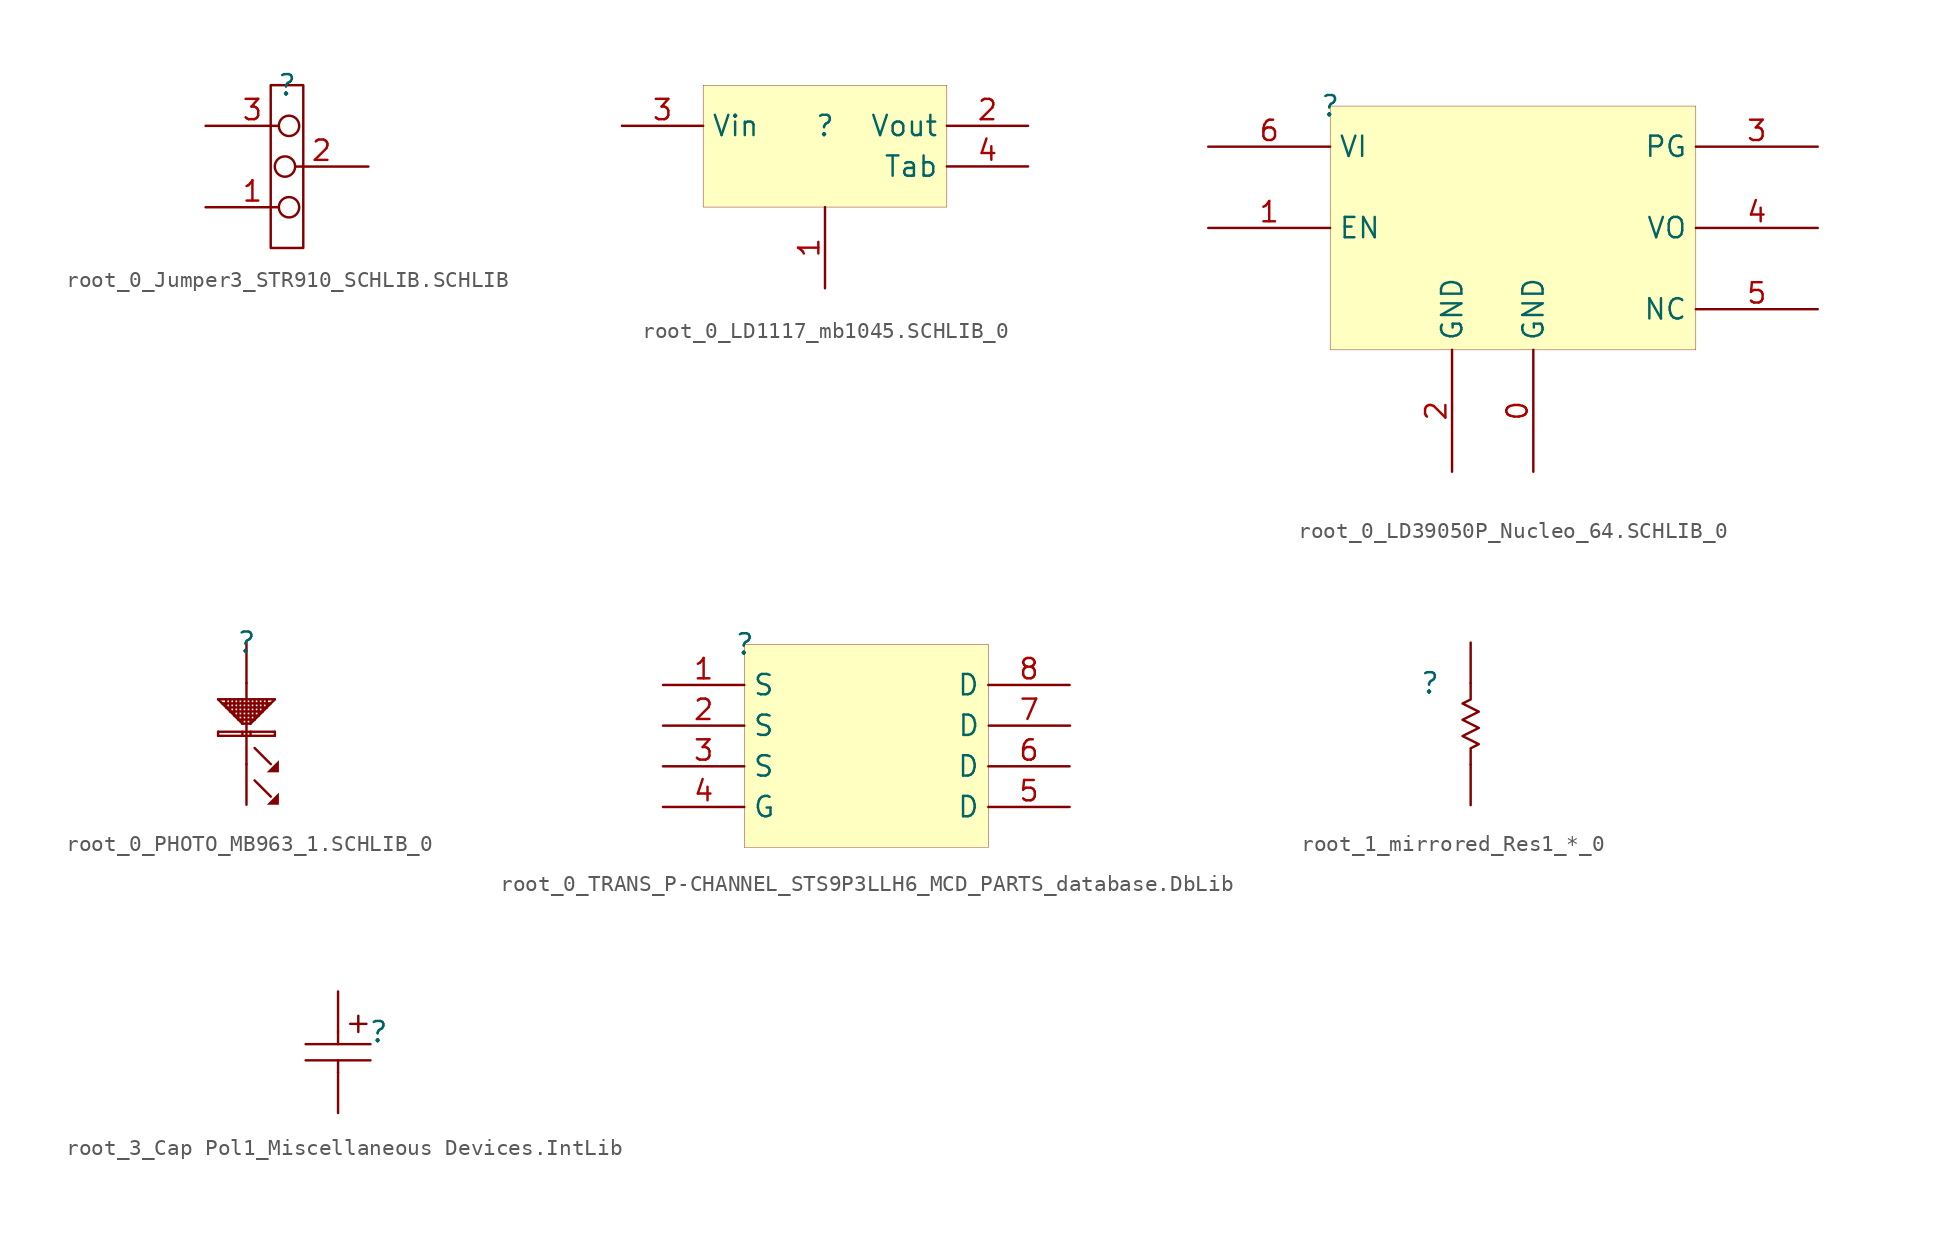
<source format=kicad_sym>
(kicad_symbol_lib
  (version 20241209)
  (generator "kicad_symbol_editor")
  (generator_version "9.0")
  (symbol "root_0_Jumper3_STR910_SCHLIB.SCHLIB"
    (pin_names
      (hide yes))
    (property "Reference" ""
      (at 0 0 0)
      (effects (font (size 1.27 1.27))))
    (property "Value" ""
      (at 0 0 0)
      (effects (font (size 1.27 1.27))))
    (symbol "root_0_Jumper3_STR910_SCHLIB.SCHLIB_1_0"
      (polyline (pts (xy 1.016 0) (xy -1.016 0) (xy -1.016 -10.16) (xy 1.016 -10.16) (xy 1.016 0)) (stroke (width 0) (type solid)) (fill (type none)))
      (pin passive inverted (at -5.08 -2.54 0) (length 5.842) (name "" (effects (font (size 1.27 1.27)))) (number "3" (effects (font (size 1.27 1.27)))))
      (pin passive inverted (at -5.08 -7.62 0) (length 5.842) (name "" (effects (font (size 1.27 1.27)))) (number "1" (effects (font (size 1.27 1.27)))))
      (pin passive inverted (at 5.08 -5.08 180) (length 5.842) (name "" (effects (font (size 1.27 1.27)))) (number "2" (effects (font (size 1.27 1.27)))))))
  (symbol "root_0_LD1117_mb1045.SCHLIB_0"
    (property "Reference" ""
      (at 0 0 0)
      (effects (font (size 1.27 1.27))))
    (property "Value" ""
      (at 0 0 0)
      (effects (font (size 1.27 1.27))))
    (symbol "root_0_LD1117_mb1045.SCHLIB_0_1_0"
      (rectangle (start 7.62 2.54) (end -7.62 -5.08) (stroke (width 0.025) (type solid) (color 128 0 0 1)) (fill (type background)))
      (pin input line (at -12.7 0 0) (length 5.08) (name "Vin" (effects (font (size 1.27 1.27)))) (number "3" (effects (font (size 1.27 1.27)))))
      (pin passive line (at 0 -10.16 90) (length 5.08) (name "" (effects (font (size 1.27 1.27)))) (number "1" (effects (font (size 1.27 1.27)))))
      (pin power_in line (at 12.7 0 180) (length 5.08) (name "Vout" (effects (font (size 1.27 1.27)))) (number "2" (effects (font (size 1.27 1.27)))))
      (pin power_in line (at 12.7 -2.54 180) (length 5.08) (name "Tab" (effects (font (size 1.27 1.27)))) (number "4" (effects (font (size 1.27 1.27)))))))
  (symbol "root_0_LD39050P_Nucleo_64.SCHLIB_0"
    (property "Reference" ""
      (at 0 0 0)
      (effects (font (size 1.27 1.27))))
    (property "Value" ""
      (at 0 0 0)
      (effects (font (size 1.27 1.27))))
    (symbol "root_0_LD39050P_Nucleo_64.SCHLIB_0_1_0"
      (rectangle (start 22.86 0) (end 0 -15.24) (stroke (width 0.025) (type solid) (color 128 0 0 1)) (fill (type background)))
      (pin passive line (at -7.62 -2.54 0) (length 7.62) (name "VI" (effects (font (size 1.27 1.27)))) (number "6" (effects (font (size 1.27 1.27)))))
      (pin passive line (at -7.62 -7.62 0) (length 7.62) (name "EN" (effects (font (size 1.27 1.27)))) (number "1" (effects (font (size 1.27 1.27)))))
      (pin passive line (at 7.62 -22.86 90) (length 7.62) (name "GND" (effects (font (size 1.27 1.27)))) (number "2" (effects (font (size 1.27 1.27)))))
      (pin passive line (at 12.7 -22.86 90) (length 7.62) (name "GND" (effects (font (size 1.27 1.27)))) (number "0" (effects (font (size 1.27 1.27)))))
      (pin passive line (at 30.48 -2.54 180) (length 7.62) (name "PG" (effects (font (size 1.27 1.27)))) (number "3" (effects (font (size 1.27 1.27)))))
      (pin passive line (at 30.48 -7.62 180) (length 7.62) (name "VO" (effects (font (size 1.27 1.27)))) (number "4" (effects (font (size 1.27 1.27)))))
      (pin passive line (at 30.48 -12.7 180) (length 7.62) (name "NC" (effects (font (size 1.27 1.27)))) (number "5" (effects (font (size 1.27 1.27)))))))
  (symbol "root_0_PHOTO_MB963_1.SCHLIB_0"
    (pin_numbers
      (hide yes))
    (pin_names
      (hide yes))
    (property "Reference" ""
      (at 0 0 0)
      (effects (font (size 1.27 1.27))))
    (property "Value" ""
      (at 0 0 0)
      (effects (font (size 1.27 1.27))))
    (symbol "root_0_PHOTO_MB963_1.SCHLIB_0_1_0"
      (polyline (pts (xy -1.778 -5.588) (xy -1.778 -5.842)) (stroke (width 0) (type solid)) (fill (type none)))
      (polyline (pts (xy -1.27 -3.556) (xy -1.27 -4.064)) (stroke (width 0) (type solid)) (fill (type none)))
      (polyline (pts (xy -1.016 -3.556) (xy -1.016 -4.318)) (stroke (width 0) (type solid)) (fill (type none)))
      (polyline (pts (xy -0.762 -3.556) (xy -0.762 -4.572)) (stroke (width 0) (type solid)) (fill (type none)))
      (polyline (pts (xy -0.508 -3.556) (xy -0.508 -4.826)) (stroke (width 0) (type solid)) (fill (type none)))
      (polyline (pts (xy -0.254 -3.556) (xy -0.254 -5.08)) (stroke (width 0) (type solid)) (fill (type none)))
      (polyline (pts (xy -0.254 -5.08) (xy -1.778 -3.556)) (stroke (width 0) (type solid)) (fill (type none)))
      (polyline (pts (xy -0.254 -5.588) (xy -0.254 -5.842)) (stroke (width 0) (type solid)) (fill (type none)))
      (polyline (pts (xy 0 -2.54) (xy 0 -7.62)) (stroke (width 0) (type solid)) (fill (type none)))
      (polyline (pts (xy 0.254 -3.556) (xy 0.254 -5.08)) (stroke (width 0) (type solid)) (fill (type none)))
      (polyline (pts (xy 0.254 -5.08) (xy -0.254 -5.08)) (stroke (width 0) (type solid)) (fill (type none)))
      (polyline (pts (xy 0.254 -5.588) (xy 0.254 -5.842)) (stroke (width 0) (type solid)) (fill (type none)))
      (polyline (pts (xy 0.508 -3.556) (xy 0.508 -4.826)) (stroke (width 0) (type solid)) (fill (type none)))
      (polyline (pts (xy 0.508 -4.826) (xy -0.508 -4.826)) (stroke (width 0) (type solid)) (fill (type none)))
      (polyline (pts (xy 0.508 -6.604) (xy 1.524 -7.62)) (stroke (width 0) (type solid)) (fill (type none)))
      (polyline (pts (xy 0.508 -8.636) (xy 1.524 -9.652)) (stroke (width 0) (type solid)) (fill (type none)))
      (polyline (pts (xy 0.762 -3.556) (xy 0.762 -4.572)) (stroke (width 0) (type solid)) (fill (type none)))
      (polyline (pts (xy 0.762 -4.572) (xy -0.762 -4.572)) (stroke (width 0) (type solid)) (fill (type none)))
      (polyline (pts (xy 1.016 -3.556) (xy 1.016 -4.318)) (stroke (width 0) (type solid)) (fill (type none)))
      (polyline (pts (xy 1.016 -4.318) (xy -1.016 -4.318)) (stroke (width 0) (type solid)) (fill (type none)))
      (polyline (pts (xy 1.27 -3.556) (xy 1.27 -4.064)) (stroke (width 0) (type solid)) (fill (type none)))
      (polyline (pts (xy 1.27 -4.064) (xy -1.27 -4.064)) (stroke (width 0) (type solid)) (fill (type none)))
      (polyline (pts (xy 1.524 -3.81) (xy -1.524 -3.81)) (stroke (width 0) (type solid)) (fill (type none)))
      (polyline (pts (xy 1.778 -3.556) (xy -1.778 -3.556)) (stroke (width 0) (type solid)) (fill (type none)))
      (polyline (pts (xy 1.778 -3.556) (xy 0.254 -5.08)) (stroke (width 0) (type solid)) (fill (type none)))
      (polyline (pts (xy 1.778 -5.588) (xy -1.778 -5.588)) (stroke (width 0) (type solid)) (fill (type none)))
      (polyline (pts (xy 1.778 -5.588) (xy 1.778 -5.842)) (stroke (width 0) (type solid)) (fill (type none)))
      (polyline (pts (xy 1.778 -5.842) (xy -1.778 -5.842)) (stroke (width 0) (type solid)) (fill (type none)))
      (polyline (pts (xy 2.032 -7.366) (xy 2.032 -8.128) (xy 1.27 -8.128) (xy 2.032 -7.366)) (stroke (width -0.0001) (type solid)) (fill (type outline)))
      (polyline (pts (xy 2.032 -9.398) (xy 2.032 -10.16) (xy 1.27 -10.16) (xy 2.032 -9.398)) (stroke (width -0.0001) (type solid)) (fill (type outline)))
      (pin passive line (at 0 0 270) (length 2.54) (name "" (effects (font (size 1.27 1.27)))) (number "1" (effects (font (size 1.27 1.27)))))
      (pin passive line (at 0 -10.16 90) (length 2.54) (name "" (effects (font (size 1.27 1.27)))) (number "2" (effects (font (size 1.27 1.27)))))))
  (symbol "root_0_TRANS_P-CHANNEL_STS9P3LLH6_MCD_PARTS_database.DbLib"
    (property "Reference" ""
      (at 0 0 0)
      (effects (font (size 1.27 1.27))))
    (property "Value" ""
      (at 0 0 0)
      (effects (font (size 1.27 1.27))))
    (symbol "root_0_TRANS_P-CHANNEL_STS9P3LLH6_MCD_PARTS_database.DbLib_1_0"
      (rectangle (start 15.214 -0.001) (end -0.026 -12.701) (stroke (width 0.025) (type solid) (color 128 0 0 1)) (fill (type background)))
      (pin passive line (at -5.106 -2.541 0) (length 5.08) (name "S" (effects (font (size 1.27 1.27)))) (number "1" (effects (font (size 1.27 1.27)))))
      (pin passive line (at -5.106 -5.081 0) (length 5.08) (name "S" (effects (font (size 1.27 1.27)))) (number "2" (effects (font (size 1.27 1.27)))))
      (pin passive line (at -5.106 -7.621 0) (length 5.08) (name "S" (effects (font (size 1.27 1.27)))) (number "3" (effects (font (size 1.27 1.27)))))
      (pin passive line (at -5.106 -10.161 0) (length 5.08) (name "G" (effects (font (size 1.27 1.27)))) (number "4" (effects (font (size 1.27 1.27)))))
      (pin passive line (at 20.294 -2.541 180) (length 5.08) (name "D" (effects (font (size 1.27 1.27)))) (number "8" (effects (font (size 1.27 1.27)))))
      (pin passive line (at 20.294 -7.621 180) (length 5.08) (name "D" (effects (font (size 1.27 1.27)))) (number "6" (effects (font (size 1.27 1.27)))))
      (pin passive line (at 20.294 -10.161 180) (length 5.08) (name "D" (effects (font (size 1.27 1.27)))) (number "5" (effects (font (size 1.27 1.27)))))
      (pin passive line (at 20.32 -5.08 180) (length 5.08) (name "D" (effects (font (size 1.27 1.27)))) (number "7" (effects (font (size 1.27 1.27)))))))
  (symbol "root_1_mirrored_Res1_*_0"
    (pin_numbers
      (hide yes))
    (pin_names
      (hide yes))
    (property "Reference" ""
      (at 0 0 0)
      (effects (font (size 1.27 1.27))))
    (property "Value" ""
      (at 0 0 0)
      (effects (font (size 1.27 1.27))))
    (symbol "root_1_mirrored_Res1_*_0_1_0"
      (polyline (pts (xy 2.54 -5.08) (xy 2.54 -4.064) (xy 3.048 -3.81) (xy 2.032 -3.302) (xy 3.048 -2.794) (xy 2.032 -2.286) (xy 3.048 -1.778) (xy 2.032 -1.27) (xy 2.54 -1.016) (xy 2.54 0)) (stroke (width 0) (type solid)) (fill (type none)))
      (pin passive line (at 2.54 2.54 270) (length 2.54) (name "1" (effects (font (size 1.27 1.27)))) (number "1" (effects (font (size 1.27 1.27)))))
      (pin passive line (at 2.54 -7.62 90) (length 2.54) (name "2" (effects (font (size 1.27 1.27)))) (number "2" (effects (font (size 1.27 1.27)))))))
  (symbol "root_3_Cap Pol1_Miscellaneous Devices.IntLib"
    (pin_numbers
      (hide yes))
    (pin_names
      (hide yes))
    (property "Reference" ""
      (at 0 0 0)
      (effects (font (size 1.27 1.27))))
    (property "Value" ""
      (at 0 0 0)
      (effects (font (size 1.27 1.27))))
    (symbol "root_3_Cap Pol1_Miscellaneous Devices.IntLib_1_0"
      (polyline (pts (xy -4.572 -0.762) (xy -0.508 -0.762)) (stroke (width 0) (type solid)) (fill (type none)))
      (polyline (pts (xy -4.572 -1.778) (xy -0.508 -1.778)) (stroke (width 0) (type solid)) (fill (type none)))
      (polyline (pts (xy -2.54 0) (xy -2.54 -0.762)) (stroke (width 0) (type solid)) (fill (type none)))
      (polyline (pts (xy -2.54 -2.54) (xy -2.54 -1.778)) (stroke (width 0) (type solid)) (fill (type none)))
      (polyline (pts (xy -1.778 0.508) (xy -0.762 0.508)) (stroke (width 0) (type solid)) (fill (type none)))
      (polyline (pts (xy -1.27 0) (xy -1.27 1.016)) (stroke (width 0) (type solid)) (fill (type none)))
      (pin passive line (at -2.54 2.54 270) (length 2.54) (name "1" (effects (font (size 1.27 1.27)))) (number "1" (effects (font (size 1.27 1.27)))))
      (pin passive line (at -2.54 -5.08 90) (length 2.54) (name "2" (effects (font (size 1.27 1.27)))) (number "2" (effects (font (size 1.27 1.27))))))))
</source>
